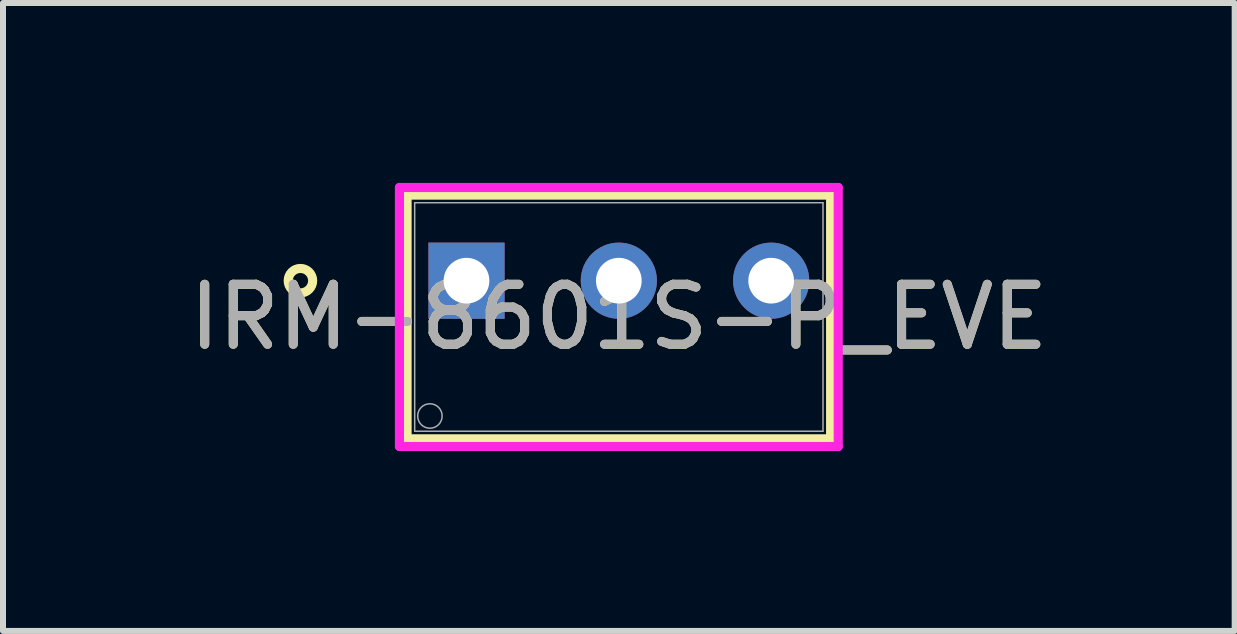
<source format=kicad_pcb>
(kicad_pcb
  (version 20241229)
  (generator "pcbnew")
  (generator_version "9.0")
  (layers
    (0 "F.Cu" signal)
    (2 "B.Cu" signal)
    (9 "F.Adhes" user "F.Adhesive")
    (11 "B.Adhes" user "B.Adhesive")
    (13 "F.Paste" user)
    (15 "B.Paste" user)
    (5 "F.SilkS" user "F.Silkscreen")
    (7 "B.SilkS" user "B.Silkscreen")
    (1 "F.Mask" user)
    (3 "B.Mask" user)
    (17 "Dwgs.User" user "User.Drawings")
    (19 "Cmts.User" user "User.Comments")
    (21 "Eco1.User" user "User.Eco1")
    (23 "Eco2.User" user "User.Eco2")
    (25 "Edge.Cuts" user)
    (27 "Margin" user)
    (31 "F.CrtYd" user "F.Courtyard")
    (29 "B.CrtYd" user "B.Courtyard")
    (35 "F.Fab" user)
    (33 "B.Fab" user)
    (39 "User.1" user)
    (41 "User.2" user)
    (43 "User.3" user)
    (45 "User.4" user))
  (footprint "IRM-8601S-P_EVE"
    (layer "F.Cu")
    (at 4.728 1.63)
    (property "Reference" "IRM-8601S-P_EVE" (at 2.54 0.605 0) (unlocked yes) (layer "F.SilkS") (effects (font (size 1 1) (thickness 0.15))))
    (attr through_hole)
    (fp_line (start -0.991 -1.427) (end -0.991 2.637) (stroke (width 0.152) (type solid)) (layer "F.SilkS"))
    (fp_line (start -0.991 2.637) (end 6.071 2.637) (stroke (width 0.152) (type solid)) (layer "F.SilkS"))
    (fp_line (start 6.071 -1.427) (end -0.991 -1.427) (stroke (width 0.152) (type solid)) (layer "F.SilkS"))
    (fp_line (start 6.071 2.637) (end 6.071 -1.427) (stroke (width 0.152) (type solid)) (layer "F.SilkS"))
    (fp_circle (center -2.769 0) (end -2.565 0) (stroke (width 0.152) (type solid)) (fill no) (layer "F.SilkS"))
    (fp_line (start -1.118 -1.554) (end -1.118 2.764) (stroke (width 0.152) (type solid)) (layer "F.CrtYd"))
    (fp_line (start -1.118 2.764) (end 6.198 2.764) (stroke (width 0.152) (type solid)) (layer "F.CrtYd"))
    (fp_line (start 6.198 -1.554) (end -1.118 -1.554) (stroke (width 0.152) (type solid)) (layer "F.CrtYd"))
    (fp_line (start 6.198 2.764) (end 6.198 -1.554) (stroke (width 0.152) (type solid)) (layer "F.CrtYd"))
    (fp_line (start -0.864 -1.3) (end -0.864 2.51) (stroke (width 0.025) (type solid)) (layer "F.Fab"))
    (fp_line (start -0.864 2.51) (end 5.944 2.51) (stroke (width 0.025) (type solid)) (layer "F.Fab"))
    (fp_line (start 5.944 -1.3) (end -0.864 -1.3) (stroke (width 0.025) (type solid)) (layer "F.Fab"))
    (fp_line (start 5.944 2.51) (end 5.944 -1.3) (stroke (width 0.025) (type solid)) (layer "F.Fab"))
    (fp_circle (center -0.61 2.256) (end -0.406 2.256) (stroke (width 0.025) (type solid)) (fill no) (layer "F.Fab"))
    (fp_text user "${REFERENCE}" (at 2.54 0.605 0) (unlocked yes) (layer "F.Fab") (effects (font (size 1 1) (thickness 0.15))))
    (pad "1" thru_hole rect (at 0 0) (size 1.27 1.27) (drill 0.762) (layers "*.Cu" "*.Mask"))
    (pad "2" thru_hole circle (at 2.54 0) (size 1.27 1.27) (drill 0.762) (layers "*.Cu" "*.Mask"))
    (pad "3" thru_hole circle (at 5.08 0) (size 1.27 1.27) (drill 0.762) (layers "*.Cu" "*.Mask")))
  (gr_rect
    (start -3 -3)
    (end 17.536 7.47)
    (stroke (width 0.1) (type default))
    (fill no)
    (layer "Edge.Cuts")))
</source>
